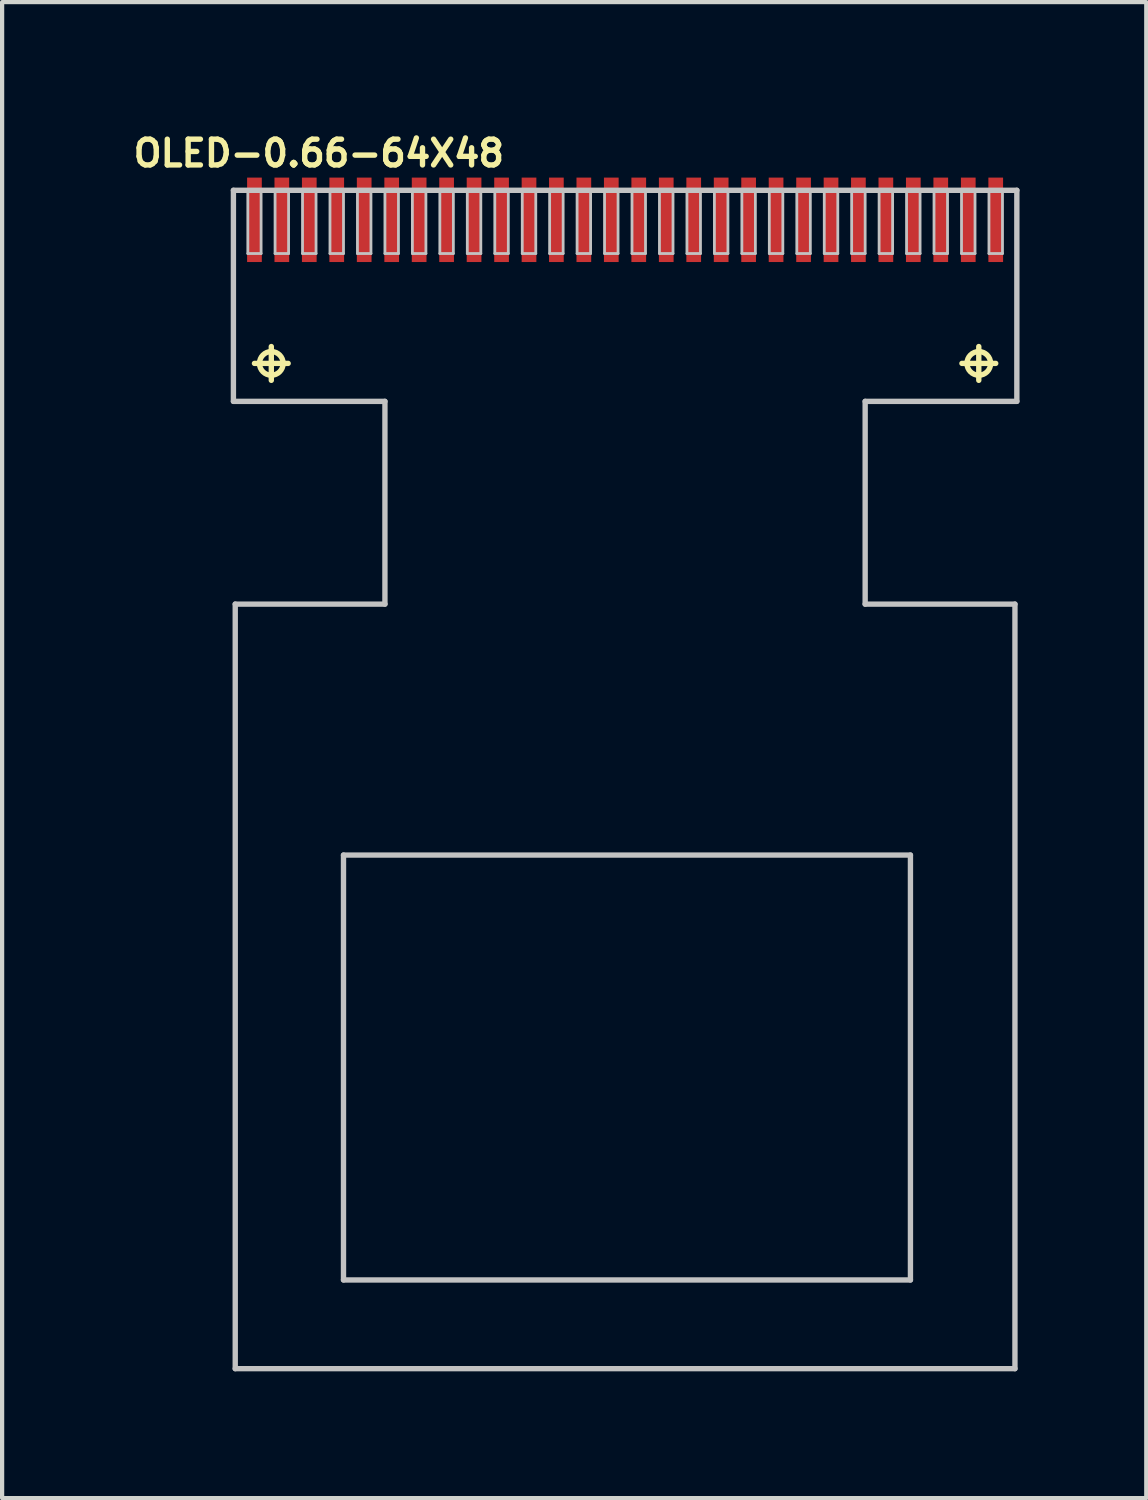
<source format=kicad_pcb>
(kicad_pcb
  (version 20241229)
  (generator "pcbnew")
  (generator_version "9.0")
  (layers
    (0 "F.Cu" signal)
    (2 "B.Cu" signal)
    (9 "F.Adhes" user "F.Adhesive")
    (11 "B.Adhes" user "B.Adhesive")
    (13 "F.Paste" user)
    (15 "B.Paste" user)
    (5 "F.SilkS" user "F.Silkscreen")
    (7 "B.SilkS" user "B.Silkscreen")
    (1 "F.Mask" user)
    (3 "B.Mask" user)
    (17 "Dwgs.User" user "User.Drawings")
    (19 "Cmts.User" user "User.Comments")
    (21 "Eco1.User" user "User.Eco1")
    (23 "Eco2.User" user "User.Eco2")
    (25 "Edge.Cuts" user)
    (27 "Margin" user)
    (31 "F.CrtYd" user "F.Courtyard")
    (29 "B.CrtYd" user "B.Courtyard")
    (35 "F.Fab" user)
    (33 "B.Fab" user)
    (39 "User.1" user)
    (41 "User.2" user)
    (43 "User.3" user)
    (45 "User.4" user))
  (footprint "OLED-0.66-64X48"
    (layer "F.Cu")
    (at 2.974 2.154)
    (property "Reference" "OLED-0.66-64X48" (at 1.524 -1.575 0) (layer "F.SilkS") (effects (font (size 0.61 0.61) (thickness 0.127))))
    (attr smd)
    (fp_line (start 0 3.399) (end 0.798 3.399) (stroke (width 0.127) (type solid)) (layer "F.SilkS"))
    (fp_line (start 0.399 3.8) (end 0.399 3) (stroke (width 0.127) (type solid)) (layer "F.SilkS"))
    (fp_line (start 16.749 3.399) (end 17.549 3.399) (stroke (width 0.127) (type solid)) (layer "F.SilkS"))
    (fp_line (start 17.148 3.8) (end 17.148 3) (stroke (width 0.127) (type solid)) (layer "F.SilkS"))
    (fp_circle (center 0.399 3.399) (end 0.597 3.597) (stroke (width 0.127) (type solid)) (fill no) (layer "F.SilkS"))
    (fp_circle (center 17.148 3.399) (end 17.346 3.597) (stroke (width 0.127) (type solid)) (fill no) (layer "F.SilkS"))
    (fp_line (start -0.498 -0.699) (end -0.498 4.298) (stroke (width 0.127) (type solid)) (layer "Dwgs.User"))
    (fp_line (start -0.498 4.298) (end 3.089 4.298) (stroke (width 0.127) (type solid)) (layer "Dwgs.User"))
    (fp_line (start -0.455 9.098) (end -0.455 27.198) (stroke (width 0.127) (type solid)) (layer "Dwgs.User"))
    (fp_line (start -0.455 27.198) (end 18.004 27.198) (stroke (width 0.127) (type solid)) (layer "Dwgs.User"))
    (fp_line (start -0.157 -0.699) (end 0.157 -0.699) (stroke (width 0.066) (type solid)) (layer "Dwgs.User"))
    (fp_line (start -0.157 0.798) (end -0.157 -0.699) (stroke (width 0.066) (type solid)) (layer "Dwgs.User"))
    (fp_line (start -0.157 0.798) (end 0.157 0.798) (stroke (width 0.066) (type solid)) (layer "Dwgs.User"))
    (fp_line (start 0.157 0.798) (end 0.157 -0.699) (stroke (width 0.066) (type solid)) (layer "Dwgs.User"))
    (fp_line (start 0.488 -0.699) (end 0.808 -0.699) (stroke (width 0.066) (type solid)) (layer "Dwgs.User"))
    (fp_line (start 0.488 0.798) (end 0.488 -0.699) (stroke (width 0.066) (type solid)) (layer "Dwgs.User"))
    (fp_line (start 0.488 0.798) (end 0.808 0.798) (stroke (width 0.066) (type solid)) (layer "Dwgs.User"))
    (fp_line (start 0.808 0.798) (end 0.808 -0.699) (stroke (width 0.066) (type solid)) (layer "Dwgs.User"))
    (fp_line (start 1.138 -0.699) (end 1.458 -0.699) (stroke (width 0.066) (type solid)) (layer "Dwgs.User"))
    (fp_line (start 1.138 0.798) (end 1.138 -0.699) (stroke (width 0.066) (type solid)) (layer "Dwgs.User"))
    (fp_line (start 1.138 0.798) (end 1.458 0.798) (stroke (width 0.066) (type solid)) (layer "Dwgs.User"))
    (fp_line (start 1.458 0.798) (end 1.458 -0.699) (stroke (width 0.066) (type solid)) (layer "Dwgs.User"))
    (fp_line (start 1.788 -0.699) (end 2.108 -0.699) (stroke (width 0.066) (type solid)) (layer "Dwgs.User"))
    (fp_line (start 1.788 0.798) (end 1.788 -0.699) (stroke (width 0.066) (type solid)) (layer "Dwgs.User"))
    (fp_line (start 1.788 0.798) (end 2.108 0.798) (stroke (width 0.066) (type solid)) (layer "Dwgs.User"))
    (fp_line (start 2.108 0.798) (end 2.108 -0.699) (stroke (width 0.066) (type solid)) (layer "Dwgs.User"))
    (fp_line (start 2.108 15.039) (end 2.108 25.098) (stroke (width 0.127) (type solid)) (layer "Dwgs.User"))
    (fp_line (start 2.108 25.098) (end 15.53 25.098) (stroke (width 0.127) (type solid)) (layer "Dwgs.User"))
    (fp_line (start 2.438 -0.699) (end 2.758 -0.699) (stroke (width 0.066) (type solid)) (layer "Dwgs.User"))
    (fp_line (start 2.438 0.798) (end 2.438 -0.699) (stroke (width 0.066) (type solid)) (layer "Dwgs.User"))
    (fp_line (start 2.438 0.798) (end 2.758 0.798) (stroke (width 0.066) (type solid)) (layer "Dwgs.User"))
    (fp_line (start 2.758 0.798) (end 2.758 -0.699) (stroke (width 0.066) (type solid)) (layer "Dwgs.User"))
    (fp_line (start 3.089 -0.699) (end 3.409 -0.699) (stroke (width 0.066) (type solid)) (layer "Dwgs.User"))
    (fp_line (start 3.089 0.798) (end 3.089 -0.699) (stroke (width 0.066) (type solid)) (layer "Dwgs.User"))
    (fp_line (start 3.089 0.798) (end 3.409 0.798) (stroke (width 0.066) (type solid)) (layer "Dwgs.User"))
    (fp_line (start 3.089 4.298) (end 3.089 9.098) (stroke (width 0.127) (type solid)) (layer "Dwgs.User"))
    (fp_line (start 3.089 9.098) (end -0.455 9.098) (stroke (width 0.127) (type solid)) (layer "Dwgs.User"))
    (fp_line (start 3.409 0.798) (end 3.409 -0.699) (stroke (width 0.066) (type solid)) (layer "Dwgs.User"))
    (fp_line (start 3.739 -0.699) (end 4.059 -0.699) (stroke (width 0.066) (type solid)) (layer "Dwgs.User"))
    (fp_line (start 3.739 0.798) (end 3.739 -0.699) (stroke (width 0.066) (type solid)) (layer "Dwgs.User"))
    (fp_line (start 3.739 0.798) (end 4.059 0.798) (stroke (width 0.066) (type solid)) (layer "Dwgs.User"))
    (fp_line (start 4.059 0.798) (end 4.059 -0.699) (stroke (width 0.066) (type solid)) (layer "Dwgs.User"))
    (fp_line (start 4.389 -0.699) (end 4.709 -0.699) (stroke (width 0.066) (type solid)) (layer "Dwgs.User"))
    (fp_line (start 4.389 0.798) (end 4.389 -0.699) (stroke (width 0.066) (type solid)) (layer "Dwgs.User"))
    (fp_line (start 4.389 0.798) (end 4.709 0.798) (stroke (width 0.066) (type solid)) (layer "Dwgs.User"))
    (fp_line (start 4.709 0.798) (end 4.709 -0.699) (stroke (width 0.066) (type solid)) (layer "Dwgs.User"))
    (fp_line (start 5.039 -0.699) (end 5.359 -0.699) (stroke (width 0.066) (type solid)) (layer "Dwgs.User"))
    (fp_line (start 5.039 0.798) (end 5.039 -0.699) (stroke (width 0.066) (type solid)) (layer "Dwgs.User"))
    (fp_line (start 5.039 0.798) (end 5.359 0.798) (stroke (width 0.066) (type solid)) (layer "Dwgs.User"))
    (fp_line (start 5.359 0.798) (end 5.359 -0.699) (stroke (width 0.066) (type solid)) (layer "Dwgs.User"))
    (fp_line (start 5.69 -0.699) (end 6.01 -0.699) (stroke (width 0.066) (type solid)) (layer "Dwgs.User"))
    (fp_line (start 5.69 0.798) (end 5.69 -0.699) (stroke (width 0.066) (type solid)) (layer "Dwgs.User"))
    (fp_line (start 5.69 0.798) (end 6.01 0.798) (stroke (width 0.066) (type solid)) (layer "Dwgs.User"))
    (fp_line (start 6.01 0.798) (end 6.01 -0.699) (stroke (width 0.066) (type solid)) (layer "Dwgs.User"))
    (fp_line (start 6.34 -0.699) (end 6.66 -0.699) (stroke (width 0.066) (type solid)) (layer "Dwgs.User"))
    (fp_line (start 6.34 0.798) (end 6.34 -0.699) (stroke (width 0.066) (type solid)) (layer "Dwgs.User"))
    (fp_line (start 6.34 0.798) (end 6.66 0.798) (stroke (width 0.066) (type solid)) (layer "Dwgs.User"))
    (fp_line (start 6.66 0.798) (end 6.66 -0.699) (stroke (width 0.066) (type solid)) (layer "Dwgs.User"))
    (fp_line (start 6.988 -0.699) (end 7.308 -0.699) (stroke (width 0.066) (type solid)) (layer "Dwgs.User"))
    (fp_line (start 6.988 0.798) (end 6.988 -0.699) (stroke (width 0.066) (type solid)) (layer "Dwgs.User"))
    (fp_line (start 6.988 0.798) (end 7.308 0.798) (stroke (width 0.066) (type solid)) (layer "Dwgs.User"))
    (fp_line (start 7.308 0.798) (end 7.308 -0.699) (stroke (width 0.066) (type solid)) (layer "Dwgs.User"))
    (fp_line (start 7.638 -0.699) (end 7.958 -0.699) (stroke (width 0.066) (type solid)) (layer "Dwgs.User"))
    (fp_line (start 7.638 0.798) (end 7.638 -0.699) (stroke (width 0.066) (type solid)) (layer "Dwgs.User"))
    (fp_line (start 7.638 0.798) (end 7.958 0.798) (stroke (width 0.066) (type solid)) (layer "Dwgs.User"))
    (fp_line (start 7.958 0.798) (end 7.958 -0.699) (stroke (width 0.066) (type solid)) (layer "Dwgs.User"))
    (fp_line (start 8.288 -0.699) (end 8.608 -0.699) (stroke (width 0.066) (type solid)) (layer "Dwgs.User"))
    (fp_line (start 8.288 0.798) (end 8.288 -0.699) (stroke (width 0.066) (type solid)) (layer "Dwgs.User"))
    (fp_line (start 8.288 0.798) (end 8.608 0.798) (stroke (width 0.066) (type solid)) (layer "Dwgs.User"))
    (fp_line (start 8.608 0.798) (end 8.608 -0.699) (stroke (width 0.066) (type solid)) (layer "Dwgs.User"))
    (fp_line (start 8.938 -0.699) (end 9.258 -0.699) (stroke (width 0.066) (type solid)) (layer "Dwgs.User"))
    (fp_line (start 8.938 0.798) (end 8.938 -0.699) (stroke (width 0.066) (type solid)) (layer "Dwgs.User"))
    (fp_line (start 8.938 0.798) (end 9.258 0.798) (stroke (width 0.066) (type solid)) (layer "Dwgs.User"))
    (fp_line (start 9.258 0.798) (end 9.258 -0.699) (stroke (width 0.066) (type solid)) (layer "Dwgs.User"))
    (fp_line (start 9.588 -0.699) (end 9.909 -0.699) (stroke (width 0.066) (type solid)) (layer "Dwgs.User"))
    (fp_line (start 9.588 0.798) (end 9.588 -0.699) (stroke (width 0.066) (type solid)) (layer "Dwgs.User"))
    (fp_line (start 9.588 0.798) (end 9.909 0.798) (stroke (width 0.066) (type solid)) (layer "Dwgs.User"))
    (fp_line (start 9.909 0.798) (end 9.909 -0.699) (stroke (width 0.066) (type solid)) (layer "Dwgs.User"))
    (fp_line (start 10.239 -0.699) (end 10.559 -0.699) (stroke (width 0.066) (type solid)) (layer "Dwgs.User"))
    (fp_line (start 10.239 0.798) (end 10.239 -0.699) (stroke (width 0.066) (type solid)) (layer "Dwgs.User"))
    (fp_line (start 10.239 0.798) (end 10.559 0.798) (stroke (width 0.066) (type solid)) (layer "Dwgs.User"))
    (fp_line (start 10.559 0.798) (end 10.559 -0.699) (stroke (width 0.066) (type solid)) (layer "Dwgs.User"))
    (fp_line (start 10.889 -0.699) (end 11.209 -0.699) (stroke (width 0.066) (type solid)) (layer "Dwgs.User"))
    (fp_line (start 10.889 0.798) (end 10.889 -0.699) (stroke (width 0.066) (type solid)) (layer "Dwgs.User"))
    (fp_line (start 10.889 0.798) (end 11.209 0.798) (stroke (width 0.066) (type solid)) (layer "Dwgs.User"))
    (fp_line (start 11.209 0.798) (end 11.209 -0.699) (stroke (width 0.066) (type solid)) (layer "Dwgs.User"))
    (fp_line (start 11.539 -0.699) (end 11.859 -0.699) (stroke (width 0.066) (type solid)) (layer "Dwgs.User"))
    (fp_line (start 11.539 0.798) (end 11.539 -0.699) (stroke (width 0.066) (type solid)) (layer "Dwgs.User"))
    (fp_line (start 11.539 0.798) (end 11.859 0.798) (stroke (width 0.066) (type solid)) (layer "Dwgs.User"))
    (fp_line (start 11.859 0.798) (end 11.859 -0.699) (stroke (width 0.066) (type solid)) (layer "Dwgs.User"))
    (fp_line (start 12.189 -0.699) (end 12.509 -0.699) (stroke (width 0.066) (type solid)) (layer "Dwgs.User"))
    (fp_line (start 12.189 0.798) (end 12.189 -0.699) (stroke (width 0.066) (type solid)) (layer "Dwgs.User"))
    (fp_line (start 12.189 0.798) (end 12.509 0.798) (stroke (width 0.066) (type solid)) (layer "Dwgs.User"))
    (fp_line (start 12.509 0.798) (end 12.509 -0.699) (stroke (width 0.066) (type solid)) (layer "Dwgs.User"))
    (fp_line (start 12.84 -0.699) (end 13.16 -0.699) (stroke (width 0.066) (type solid)) (layer "Dwgs.User"))
    (fp_line (start 12.84 0.798) (end 12.84 -0.699) (stroke (width 0.066) (type solid)) (layer "Dwgs.User"))
    (fp_line (start 12.84 0.798) (end 13.16 0.798) (stroke (width 0.066) (type solid)) (layer "Dwgs.User"))
    (fp_line (start 13.16 0.798) (end 13.16 -0.699) (stroke (width 0.066) (type solid)) (layer "Dwgs.User"))
    (fp_line (start 13.49 -0.699) (end 13.81 -0.699) (stroke (width 0.066) (type solid)) (layer "Dwgs.User"))
    (fp_line (start 13.49 0.798) (end 13.49 -0.699) (stroke (width 0.066) (type solid)) (layer "Dwgs.User"))
    (fp_line (start 13.49 0.798) (end 13.81 0.798) (stroke (width 0.066) (type solid)) (layer "Dwgs.User"))
    (fp_line (start 13.81 0.798) (end 13.81 -0.699) (stroke (width 0.066) (type solid)) (layer "Dwgs.User"))
    (fp_line (start 14.138 -0.699) (end 14.458 -0.699) (stroke (width 0.066) (type solid)) (layer "Dwgs.User"))
    (fp_line (start 14.138 0.798) (end 14.138 -0.699) (stroke (width 0.066) (type solid)) (layer "Dwgs.User"))
    (fp_line (start 14.138 0.798) (end 14.458 0.798) (stroke (width 0.066) (type solid)) (layer "Dwgs.User"))
    (fp_line (start 14.458 0.798) (end 14.458 -0.699) (stroke (width 0.066) (type solid)) (layer "Dwgs.User"))
    (fp_line (start 14.458 4.298) (end 18.049 4.298) (stroke (width 0.127) (type solid)) (layer "Dwgs.User"))
    (fp_line (start 14.458 9.098) (end 14.458 4.298) (stroke (width 0.127) (type solid)) (layer "Dwgs.User"))
    (fp_line (start 14.788 -0.699) (end 15.108 -0.699) (stroke (width 0.066) (type solid)) (layer "Dwgs.User"))
    (fp_line (start 14.788 0.798) (end 14.788 -0.699) (stroke (width 0.066) (type solid)) (layer "Dwgs.User"))
    (fp_line (start 14.788 0.798) (end 15.108 0.798) (stroke (width 0.066) (type solid)) (layer "Dwgs.User"))
    (fp_line (start 15.108 0.798) (end 15.108 -0.699) (stroke (width 0.066) (type solid)) (layer "Dwgs.User"))
    (fp_line (start 15.438 -0.699) (end 15.758 -0.699) (stroke (width 0.066) (type solid)) (layer "Dwgs.User"))
    (fp_line (start 15.438 0.798) (end 15.438 -0.699) (stroke (width 0.066) (type solid)) (layer "Dwgs.User"))
    (fp_line (start 15.438 0.798) (end 15.758 0.798) (stroke (width 0.066) (type solid)) (layer "Dwgs.User"))
    (fp_line (start 15.53 15.039) (end 2.108 15.039) (stroke (width 0.127) (type solid)) (layer "Dwgs.User"))
    (fp_line (start 15.53 25.098) (end 15.53 15.039) (stroke (width 0.127) (type solid)) (layer "Dwgs.User"))
    (fp_line (start 15.758 0.798) (end 15.758 -0.699) (stroke (width 0.066) (type solid)) (layer "Dwgs.User"))
    (fp_line (start 16.088 -0.699) (end 16.408 -0.699) (stroke (width 0.066) (type solid)) (layer "Dwgs.User"))
    (fp_line (start 16.088 0.798) (end 16.088 -0.699) (stroke (width 0.066) (type solid)) (layer "Dwgs.User"))
    (fp_line (start 16.088 0.798) (end 16.408 0.798) (stroke (width 0.066) (type solid)) (layer "Dwgs.User"))
    (fp_line (start 16.408 0.798) (end 16.408 -0.699) (stroke (width 0.066) (type solid)) (layer "Dwgs.User"))
    (fp_line (start 16.739 -0.699) (end 17.059 -0.699) (stroke (width 0.066) (type solid)) (layer "Dwgs.User"))
    (fp_line (start 16.739 0.798) (end 16.739 -0.699) (stroke (width 0.066) (type solid)) (layer "Dwgs.User"))
    (fp_line (start 16.739 0.798) (end 17.059 0.798) (stroke (width 0.066) (type solid)) (layer "Dwgs.User"))
    (fp_line (start 17.059 0.798) (end 17.059 -0.699) (stroke (width 0.066) (type solid)) (layer "Dwgs.User"))
    (fp_line (start 17.389 -0.699) (end 17.709 -0.699) (stroke (width 0.066) (type solid)) (layer "Dwgs.User"))
    (fp_line (start 17.389 0.798) (end 17.389 -0.699) (stroke (width 0.066) (type solid)) (layer "Dwgs.User"))
    (fp_line (start 17.389 0.798) (end 17.709 0.798) (stroke (width 0.066) (type solid)) (layer "Dwgs.User"))
    (fp_line (start 17.709 0.798) (end 17.709 -0.699) (stroke (width 0.066) (type solid)) (layer "Dwgs.User"))
    (fp_line (start 18.004 9.098) (end 14.458 9.098) (stroke (width 0.127) (type solid)) (layer "Dwgs.User"))
    (fp_line (start 18.004 27.198) (end 18.004 9.098) (stroke (width 0.127) (type solid)) (layer "Dwgs.User"))
    (fp_line (start 18.049 -0.699) (end -0.498 -0.699) (stroke (width 0.127) (type solid)) (layer "Dwgs.User"))
    (fp_line (start 18.049 4.298) (end 18.049 -0.699) (stroke (width 0.127) (type solid)) (layer "Dwgs.User"))
    (pad "1" smd rect (at 0 0) (size 0.348 1.999) (layers "F.Cu" "F.Mask" "F.Paste"))
    (pad "2" smd rect (at 0.648 0) (size 0.348 1.999) (layers "F.Cu" "F.Mask" "F.Paste"))
    (pad "3" smd rect (at 1.298 0) (size 0.348 1.999) (layers "F.Cu" "F.Mask" "F.Paste"))
    (pad "4" smd rect (at 1.948 0) (size 0.348 1.999) (layers "F.Cu" "F.Mask" "F.Paste"))
    (pad "5" smd rect (at 2.598 0) (size 0.348 1.999) (layers "F.Cu" "F.Mask" "F.Paste"))
    (pad "6" smd rect (at 3.249 0) (size 0.348 1.999) (layers "F.Cu" "F.Mask" "F.Paste"))
    (pad "7" smd rect (at 3.899 0) (size 0.348 1.999) (layers "F.Cu" "F.Mask" "F.Paste"))
    (pad "8" smd rect (at 4.549 0) (size 0.348 1.999) (layers "F.Cu" "F.Mask" "F.Paste"))
    (pad "9" smd rect (at 5.199 0) (size 0.348 1.999) (layers "F.Cu" "F.Mask" "F.Paste"))
    (pad "10" smd rect (at 5.85 0) (size 0.348 1.999) (layers "F.Cu" "F.Mask" "F.Paste"))
    (pad "11" smd rect (at 6.5 0) (size 0.348 1.999) (layers "F.Cu" "F.Mask" "F.Paste"))
    (pad "12" smd rect (at 7.148 0) (size 0.348 1.999) (layers "F.Cu" "F.Mask" "F.Paste"))
    (pad "13" smd rect (at 7.798 0) (size 0.348 1.999) (layers "F.Cu" "F.Mask" "F.Paste"))
    (pad "14" smd rect (at 8.448 0) (size 0.348 1.999) (layers "F.Cu" "F.Mask" "F.Paste"))
    (pad "15" smd rect (at 9.098 0) (size 0.348 1.999) (layers "F.Cu" "F.Mask" "F.Paste"))
    (pad "16" smd rect (at 9.749 0) (size 0.348 1.999) (layers "F.Cu" "F.Mask" "F.Paste"))
    (pad "17" smd rect (at 10.399 0) (size 0.348 1.999) (layers "F.Cu" "F.Mask" "F.Paste"))
    (pad "18" smd rect (at 11.049 0) (size 0.348 1.999) (layers "F.Cu" "F.Mask" "F.Paste"))
    (pad "19" smd rect (at 11.699 0) (size 0.348 1.999) (layers "F.Cu" "F.Mask" "F.Paste"))
    (pad "20" smd rect (at 12.349 0) (size 0.348 1.999) (layers "F.Cu" "F.Mask" "F.Paste"))
    (pad "21" smd rect (at 13 0) (size 0.348 1.999) (layers "F.Cu" "F.Mask" "F.Paste"))
    (pad "22" smd rect (at 13.65 0) (size 0.348 1.999) (layers "F.Cu" "F.Mask" "F.Paste"))
    (pad "23" smd rect (at 14.298 0) (size 0.348 1.999) (layers "F.Cu" "F.Mask" "F.Paste"))
    (pad "24" smd rect (at 14.948 0) (size 0.348 1.999) (layers "F.Cu" "F.Mask" "F.Paste"))
    (pad "25" smd rect (at 15.598 0) (size 0.348 1.999) (layers "F.Cu" "F.Mask" "F.Paste"))
    (pad "26" smd rect (at 16.248 0) (size 0.348 1.999) (layers "F.Cu" "F.Mask" "F.Paste"))
    (pad "27" smd rect (at 16.899 0) (size 0.348 1.999) (layers "F.Cu" "F.Mask" "F.Paste"))
    (pad "28" smd rect (at 17.549 0) (size 0.348 1.999) (layers "F.Cu" "F.Mask" "F.Paste")))
  (gr_rect
    (start -3 -3)
    (end 24.087 32.416)
    (stroke (width 0.1) (type default))
    (fill no)
    (layer "Edge.Cuts")))
</source>
